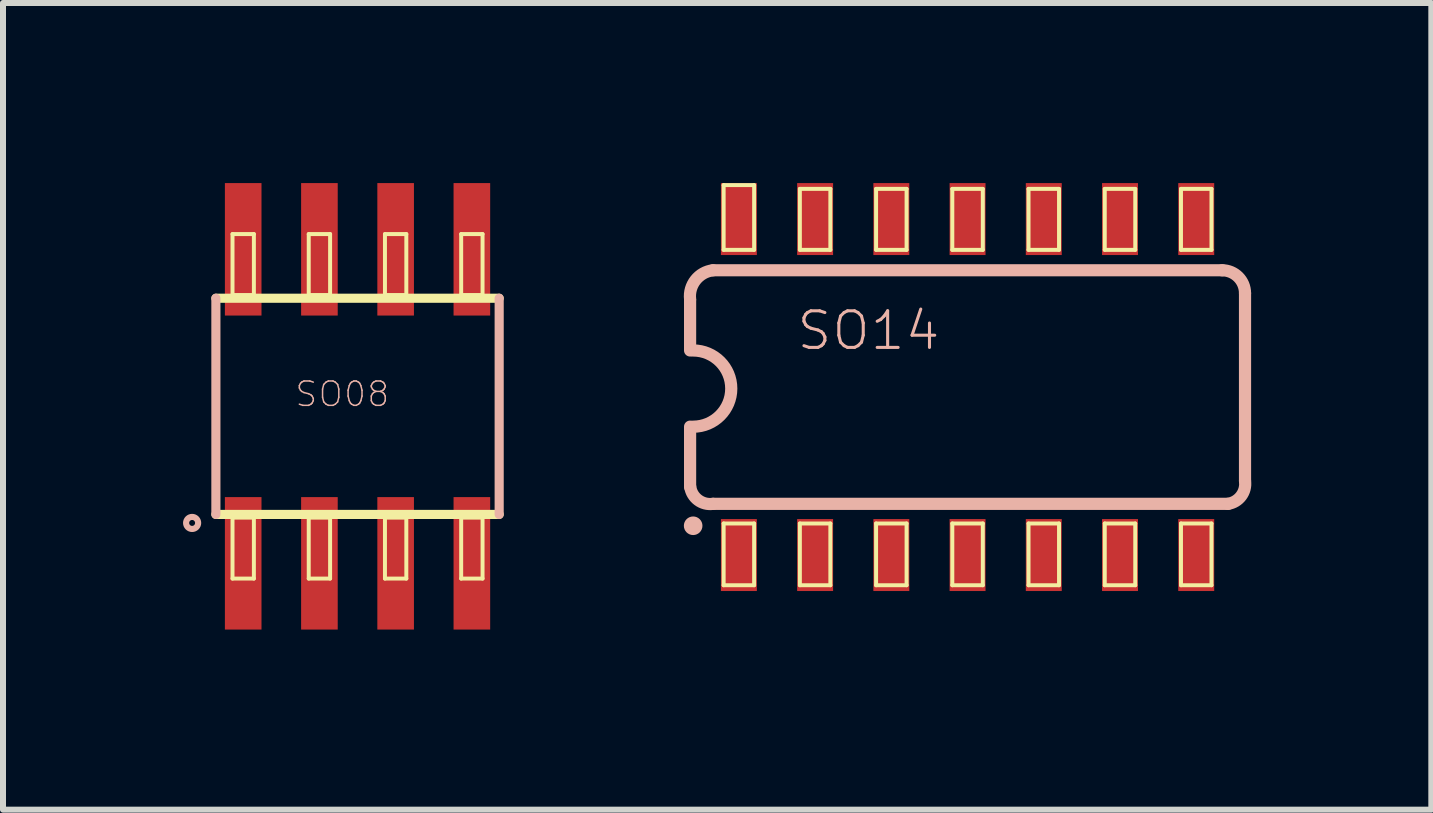
<source format=kicad_pcb>
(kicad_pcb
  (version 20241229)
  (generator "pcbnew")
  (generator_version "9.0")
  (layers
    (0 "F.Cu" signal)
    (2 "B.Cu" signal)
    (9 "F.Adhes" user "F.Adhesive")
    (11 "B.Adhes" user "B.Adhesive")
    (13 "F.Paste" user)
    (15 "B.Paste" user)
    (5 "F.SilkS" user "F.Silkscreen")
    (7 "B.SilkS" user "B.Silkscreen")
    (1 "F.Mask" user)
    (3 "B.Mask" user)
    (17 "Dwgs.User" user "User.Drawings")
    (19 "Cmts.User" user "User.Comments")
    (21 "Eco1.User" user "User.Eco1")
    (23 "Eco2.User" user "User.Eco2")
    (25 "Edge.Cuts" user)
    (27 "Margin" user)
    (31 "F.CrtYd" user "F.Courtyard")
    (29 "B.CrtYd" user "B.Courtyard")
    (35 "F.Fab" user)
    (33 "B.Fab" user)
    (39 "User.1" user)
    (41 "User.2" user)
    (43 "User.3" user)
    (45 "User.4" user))
  (footprint "SO14"
    (layer "F.Cu")
    (at 13.071 3.399)
    (property "Reference" "SO14" (at -1.651 -0.94 0) (layer "B.SilkS") (effects (font (size 0.61 0.61) (thickness 0.051))))
    (attr smd)
    (fp_line (start -4.064 -3.365) (end -3.556 -3.365) (stroke (width 0.066) (type solid)) (layer "F.SilkS"))
    (fp_line (start -4.064 -2.286) (end -4.064 -3.365) (stroke (width 0.066) (type solid)) (layer "F.SilkS"))
    (fp_line (start -4.064 -2.286) (end -3.556 -2.286) (stroke (width 0.066) (type solid)) (layer "F.SilkS"))
    (fp_line (start -4.064 2.273) (end -3.556 2.273) (stroke (width 0.066) (type solid)) (layer "F.SilkS"))
    (fp_line (start -4.064 3.302) (end -4.064 2.273) (stroke (width 0.066) (type solid)) (layer "F.SilkS"))
    (fp_line (start -4.064 3.302) (end -3.556 3.302) (stroke (width 0.066) (type solid)) (layer "F.SilkS"))
    (fp_line (start -3.556 -2.286) (end -3.556 -3.365) (stroke (width 0.066) (type solid)) (layer "F.SilkS"))
    (fp_line (start -3.556 3.302) (end -3.556 2.273) (stroke (width 0.066) (type solid)) (layer "F.SilkS"))
    (fp_line (start -2.794 -3.302) (end -2.286 -3.302) (stroke (width 0.066) (type solid)) (layer "F.SilkS"))
    (fp_line (start -2.794 -2.286) (end -2.794 -3.302) (stroke (width 0.066) (type solid)) (layer "F.SilkS"))
    (fp_line (start -2.794 -2.286) (end -2.286 -2.286) (stroke (width 0.066) (type solid)) (layer "F.SilkS"))
    (fp_line (start -2.794 2.273) (end -2.286 2.273) (stroke (width 0.066) (type solid)) (layer "F.SilkS"))
    (fp_line (start -2.794 3.302) (end -2.794 2.273) (stroke (width 0.066) (type solid)) (layer "F.SilkS"))
    (fp_line (start -2.794 3.302) (end -2.286 3.302) (stroke (width 0.066) (type solid)) (layer "F.SilkS"))
    (fp_line (start -2.286 -2.286) (end -2.286 -3.302) (stroke (width 0.066) (type solid)) (layer "F.SilkS"))
    (fp_line (start -2.286 3.302) (end -2.286 2.273) (stroke (width 0.066) (type solid)) (layer "F.SilkS"))
    (fp_line (start -1.524 -3.302) (end -1.016 -3.302) (stroke (width 0.066) (type solid)) (layer "F.SilkS"))
    (fp_line (start -1.524 -2.286) (end -1.524 -3.302) (stroke (width 0.066) (type solid)) (layer "F.SilkS"))
    (fp_line (start -1.524 -2.286) (end -1.016 -2.286) (stroke (width 0.066) (type solid)) (layer "F.SilkS"))
    (fp_line (start -1.524 2.273) (end -1.016 2.273) (stroke (width 0.066) (type solid)) (layer "F.SilkS"))
    (fp_line (start -1.524 3.302) (end -1.524 2.273) (stroke (width 0.066) (type solid)) (layer "F.SilkS"))
    (fp_line (start -1.524 3.302) (end -1.016 3.302) (stroke (width 0.066) (type solid)) (layer "F.SilkS"))
    (fp_line (start -1.016 -2.286) (end -1.016 -3.302) (stroke (width 0.066) (type solid)) (layer "F.SilkS"))
    (fp_line (start -1.016 3.302) (end -1.016 2.273) (stroke (width 0.066) (type solid)) (layer "F.SilkS"))
    (fp_line (start -0.254 -3.302) (end 0.254 -3.302) (stroke (width 0.066) (type solid)) (layer "F.SilkS"))
    (fp_line (start -0.254 -2.286) (end -0.254 -3.302) (stroke (width 0.066) (type solid)) (layer "F.SilkS"))
    (fp_line (start -0.254 -2.286) (end 0.254 -2.286) (stroke (width 0.066) (type solid)) (layer "F.SilkS"))
    (fp_line (start -0.254 2.273) (end 0.254 2.273) (stroke (width 0.066) (type solid)) (layer "F.SilkS"))
    (fp_line (start -0.254 3.302) (end -0.254 2.273) (stroke (width 0.066) (type solid)) (layer "F.SilkS"))
    (fp_line (start -0.254 3.302) (end 0.254 3.302) (stroke (width 0.066) (type solid)) (layer "F.SilkS"))
    (fp_line (start 0.254 -2.286) (end 0.254 -3.302) (stroke (width 0.066) (type solid)) (layer "F.SilkS"))
    (fp_line (start 0.254 3.302) (end 0.254 2.273) (stroke (width 0.066) (type solid)) (layer "F.SilkS"))
    (fp_line (start 1.016 -3.302) (end 1.524 -3.302) (stroke (width 0.066) (type solid)) (layer "F.SilkS"))
    (fp_line (start 1.016 -2.286) (end 1.016 -3.302) (stroke (width 0.066) (type solid)) (layer "F.SilkS"))
    (fp_line (start 1.016 -2.286) (end 1.524 -2.286) (stroke (width 0.066) (type solid)) (layer "F.SilkS"))
    (fp_line (start 1.016 2.273) (end 1.524 2.273) (stroke (width 0.066) (type solid)) (layer "F.SilkS"))
    (fp_line (start 1.016 3.302) (end 1.016 2.273) (stroke (width 0.066) (type solid)) (layer "F.SilkS"))
    (fp_line (start 1.016 3.302) (end 1.524 3.302) (stroke (width 0.066) (type solid)) (layer "F.SilkS"))
    (fp_line (start 1.524 -2.286) (end 1.524 -3.302) (stroke (width 0.066) (type solid)) (layer "F.SilkS"))
    (fp_line (start 1.524 3.302) (end 1.524 2.273) (stroke (width 0.066) (type solid)) (layer "F.SilkS"))
    (fp_line (start 2.286 -3.302) (end 2.794 -3.302) (stroke (width 0.066) (type solid)) (layer "F.SilkS"))
    (fp_line (start 2.286 -2.286) (end 2.286 -3.302) (stroke (width 0.066) (type solid)) (layer "F.SilkS"))
    (fp_line (start 2.286 -2.286) (end 2.794 -2.286) (stroke (width 0.066) (type solid)) (layer "F.SilkS"))
    (fp_line (start 2.286 2.273) (end 2.794 2.273) (stroke (width 0.066) (type solid)) (layer "F.SilkS"))
    (fp_line (start 2.286 3.302) (end 2.286 2.273) (stroke (width 0.066) (type solid)) (layer "F.SilkS"))
    (fp_line (start 2.286 3.302) (end 2.794 3.302) (stroke (width 0.066) (type solid)) (layer "F.SilkS"))
    (fp_line (start 2.794 -2.286) (end 2.794 -3.302) (stroke (width 0.066) (type solid)) (layer "F.SilkS"))
    (fp_line (start 2.794 3.302) (end 2.794 2.273) (stroke (width 0.066) (type solid)) (layer "F.SilkS"))
    (fp_line (start 3.556 -3.302) (end 4.064 -3.302) (stroke (width 0.066) (type solid)) (layer "F.SilkS"))
    (fp_line (start 3.556 -2.286) (end 3.556 -3.302) (stroke (width 0.066) (type solid)) (layer "F.SilkS"))
    (fp_line (start 3.556 -2.286) (end 4.064 -2.286) (stroke (width 0.066) (type solid)) (layer "F.SilkS"))
    (fp_line (start 3.556 2.273) (end 4.064 2.273) (stroke (width 0.066) (type solid)) (layer "F.SilkS"))
    (fp_line (start 3.556 3.302) (end 3.556 2.273) (stroke (width 0.066) (type solid)) (layer "F.SilkS"))
    (fp_line (start 3.556 3.302) (end 4.064 3.302) (stroke (width 0.066) (type solid)) (layer "F.SilkS"))
    (fp_line (start 4.064 -2.286) (end 4.064 -3.302) (stroke (width 0.066) (type solid)) (layer "F.SilkS"))
    (fp_line (start 4.064 3.302) (end 4.064 2.273) (stroke (width 0.066) (type solid)) (layer "F.SilkS"))
    (fp_line (start -4.623 -1.45) (end -4.623 -0.61) (stroke (width 0.203) (type solid)) (layer "B.SilkS"))
    (fp_line (start -4.623 1.664) (end -4.623 0.66) (stroke (width 0.203) (type solid)) (layer "B.SilkS"))
    (fp_line (start -4.242 1.946) (end 4.341 1.946) (stroke (width 0.203) (type solid)) (layer "B.SilkS"))
    (fp_line (start 4.242 -1.946) (end -4.242 -1.946) (stroke (width 0.203) (type solid)) (layer "B.SilkS"))
    (fp_line (start 4.623 1.565) (end 4.623 -1.565) (stroke (width 0.203) (type solid)) (layer "B.SilkS"))
    (fp_arc (start -4.6228 -1.46304) (mid -4.53225 -1.783248) (end -4.2418 -1.94564) (stroke (width 0.2032) (type solid)) (layer "B.SilkS"))
    (fp_arc (start -4.572 -0.6096) (mid -3.937 0.0254) (end -4.572 0.6604) (stroke (width 0.2032) (type solid)) (layer "B.SilkS"))
    (fp_arc (start -4.2418 1.94564) (mid -4.489422 1.883052) (end -4.62026 1.6637) (stroke (width 0.2032) (type solid)) (layer "B.SilkS"))
    (fp_arc (start 4.2418 -1.94564) (mid 4.511208 -1.834048) (end 4.6228 -1.56464) (stroke (width 0.2032) (type solid)) (layer "B.SilkS"))
    (fp_arc (start 4.6228 1.56464) (mid 4.559468 1.814058) (end 4.33832 1.94564) (stroke (width 0.2032) (type solid)) (layer "B.SilkS"))
    (fp_circle (center -4.572 2.311) (end -4.681 2.421) (stroke (width 0) (type solid)) (fill yes) (layer "B.SilkS"))
    (pad "1" smd rect (at -3.81 2.799) (size 0.599 1.199) (layers "F.Cu" "F.Mask" "F.Paste"))
    (pad "2" smd rect (at -2.54 2.799) (size 0.599 1.199) (layers "F.Cu" "F.Mask" "F.Paste"))
    (pad "3" smd rect (at -1.27 2.799) (size 0.599 1.199) (layers "F.Cu" "F.Mask" "F.Paste"))
    (pad "4" smd rect (at 0 2.799) (size 0.599 1.199) (layers "F.Cu" "F.Mask" "F.Paste"))
    (pad "5" smd rect (at 1.27 2.799) (size 0.599 1.199) (layers "F.Cu" "F.Mask" "F.Paste"))
    (pad "6" smd rect (at 2.54 2.799) (size 0.599 1.199) (layers "F.Cu" "F.Mask" "F.Paste"))
    (pad "7" smd rect (at 3.81 2.799) (size 0.599 1.199) (layers "F.Cu" "F.Mask" "F.Paste"))
    (pad "8" smd rect (at 3.81 -2.799) (size 0.599 1.199) (layers "F.Cu" "F.Mask" "F.Paste"))
    (pad "9" smd rect (at 2.54 -2.799) (size 0.599 1.199) (layers "F.Cu" "F.Mask" "F.Paste"))
    (pad "10" smd rect (at 1.27 -2.799) (size 0.599 1.199) (layers "F.Cu" "F.Mask" "F.Paste"))
    (pad "11" smd rect (at 0 -2.799) (size 0.599 1.199) (layers "F.Cu" "F.Mask" "F.Paste"))
    (pad "12" smd rect (at -1.27 -2.799) (size 0.599 1.199) (layers "F.Cu" "F.Mask" "F.Paste"))
    (pad "13" smd rect (at -2.54 -2.799) (size 0.599 1.199) (layers "F.Cu" "F.Mask" "F.Paste"))
    (pad "14" smd rect (at -3.81 -2.799) (size 0.599 1.199) (layers "F.Cu" "F.Mask" "F.Paste")))
  (footprint "SO08"
    (layer "F.Cu")
    (at 2.907 3.72)
    (property "Reference" "SO08" (at -0.254 -0.203 0) (layer "B.SilkS") (effects (font (size 0.406 0.406) (thickness 0.025))))
    (attr smd)
    (fp_line (start -2.36 1.801) (end 2.36 1.801) (stroke (width 0.152) (type solid)) (layer "F.SilkS"))
    (fp_line (start -2.083 -2.87) (end -1.727 -2.87) (stroke (width 0.066) (type solid)) (layer "F.SilkS"))
    (fp_line (start -2.083 -1.854) (end -2.083 -2.87) (stroke (width 0.066) (type solid)) (layer "F.SilkS"))
    (fp_line (start -2.083 -1.854) (end -1.727 -1.854) (stroke (width 0.066) (type solid)) (layer "F.SilkS"))
    (fp_line (start -2.083 1.854) (end -1.727 1.854) (stroke (width 0.066) (type solid)) (layer "F.SilkS"))
    (fp_line (start -2.083 2.87) (end -2.083 1.854) (stroke (width 0.066) (type solid)) (layer "F.SilkS"))
    (fp_line (start -2.083 2.87) (end -1.727 2.87) (stroke (width 0.066) (type solid)) (layer "F.SilkS"))
    (fp_line (start -1.727 -1.854) (end -1.727 -2.87) (stroke (width 0.066) (type solid)) (layer "F.SilkS"))
    (fp_line (start -1.727 2.87) (end -1.727 1.854) (stroke (width 0.066) (type solid)) (layer "F.SilkS"))
    (fp_line (start -0.813 -2.87) (end -0.457 -2.87) (stroke (width 0.066) (type solid)) (layer "F.SilkS"))
    (fp_line (start -0.813 -1.854) (end -0.813 -2.87) (stroke (width 0.066) (type solid)) (layer "F.SilkS"))
    (fp_line (start -0.813 -1.854) (end -0.457 -1.854) (stroke (width 0.066) (type solid)) (layer "F.SilkS"))
    (fp_line (start -0.813 1.854) (end -0.457 1.854) (stroke (width 0.066) (type solid)) (layer "F.SilkS"))
    (fp_line (start -0.813 2.87) (end -0.813 1.854) (stroke (width 0.066) (type solid)) (layer "F.SilkS"))
    (fp_line (start -0.813 2.87) (end -0.457 2.87) (stroke (width 0.066) (type solid)) (layer "F.SilkS"))
    (fp_line (start -0.457 -1.854) (end -0.457 -2.87) (stroke (width 0.066) (type solid)) (layer "F.SilkS"))
    (fp_line (start -0.457 2.87) (end -0.457 1.854) (stroke (width 0.066) (type solid)) (layer "F.SilkS"))
    (fp_line (start 0.457 -2.87) (end 0.813 -2.87) (stroke (width 0.066) (type solid)) (layer "F.SilkS"))
    (fp_line (start 0.457 -1.854) (end 0.457 -2.87) (stroke (width 0.066) (type solid)) (layer "F.SilkS"))
    (fp_line (start 0.457 -1.854) (end 0.813 -1.854) (stroke (width 0.066) (type solid)) (layer "F.SilkS"))
    (fp_line (start 0.457 1.854) (end 0.813 1.854) (stroke (width 0.066) (type solid)) (layer "F.SilkS"))
    (fp_line (start 0.457 2.87) (end 0.457 1.854) (stroke (width 0.066) (type solid)) (layer "F.SilkS"))
    (fp_line (start 0.457 2.87) (end 0.813 2.87) (stroke (width 0.066) (type solid)) (layer "F.SilkS"))
    (fp_line (start 0.813 -1.854) (end 0.813 -2.87) (stroke (width 0.066) (type solid)) (layer "F.SilkS"))
    (fp_line (start 0.813 2.87) (end 0.813 1.854) (stroke (width 0.066) (type solid)) (layer "F.SilkS"))
    (fp_line (start 1.727 -2.87) (end 2.083 -2.87) (stroke (width 0.066) (type solid)) (layer "F.SilkS"))
    (fp_line (start 1.727 -1.854) (end 1.727 -2.87) (stroke (width 0.066) (type solid)) (layer "F.SilkS"))
    (fp_line (start 1.727 -1.854) (end 2.083 -1.854) (stroke (width 0.066) (type solid)) (layer "F.SilkS"))
    (fp_line (start 1.727 1.854) (end 2.083 1.854) (stroke (width 0.066) (type solid)) (layer "F.SilkS"))
    (fp_line (start 1.727 2.87) (end 1.727 1.854) (stroke (width 0.066) (type solid)) (layer "F.SilkS"))
    (fp_line (start 1.727 2.87) (end 2.083 2.87) (stroke (width 0.066) (type solid)) (layer "F.SilkS"))
    (fp_line (start 2.083 -1.854) (end 2.083 -2.87) (stroke (width 0.066) (type solid)) (layer "F.SilkS"))
    (fp_line (start 2.083 2.87) (end 2.083 1.854) (stroke (width 0.066) (type solid)) (layer "F.SilkS"))
    (fp_line (start 2.36 -1.801) (end -2.36 -1.801) (stroke (width 0.152) (type solid)) (layer "F.SilkS"))
    (fp_line (start -2.36 -1.801) (end -2.36 1.801) (stroke (width 0.152) (type solid)) (layer "B.SilkS"))
    (fp_line (start 2.36 1.801) (end 2.36 -1.801) (stroke (width 0.152) (type solid)) (layer "B.SilkS"))
    (fp_circle (center -2.756 1.943) (end -2.827 2.014) (stroke (width 0.102) (type solid)) (fill no) (layer "B.SilkS"))
    (pad "1" smd rect (at -1.905 2.616) (size 0.61 2.207) (layers "F.Cu" "F.Mask" "F.Paste"))
    (pad "2" smd rect (at -0.635 2.616) (size 0.61 2.207) (layers "F.Cu" "F.Mask" "F.Paste"))
    (pad "3" smd rect (at 0.635 2.616) (size 0.61 2.207) (layers "F.Cu" "F.Mask" "F.Paste"))
    (pad "4" smd rect (at 1.905 2.616) (size 0.61 2.207) (layers "F.Cu" "F.Mask" "F.Paste"))
    (pad "5" smd rect (at 1.905 -2.616) (size 0.61 2.207) (layers "F.Cu" "F.Mask" "F.Paste"))
    (pad "6" smd rect (at 0.635 -2.616) (size 0.61 2.207) (layers "F.Cu" "F.Mask" "F.Paste"))
    (pad "7" smd rect (at -0.635 -2.616) (size 0.61 2.207) (layers "F.Cu" "F.Mask" "F.Paste"))
    (pad "8" smd rect (at -1.905 -2.616) (size 0.61 2.207) (layers "F.Cu" "F.Mask" "F.Paste")))
  (gr_rect
    (start -3 -3)
    (end 20.798 10.44)
    (stroke (width 0.1) (type default))
    (fill no)
    (layer "Edge.Cuts")))
</source>
